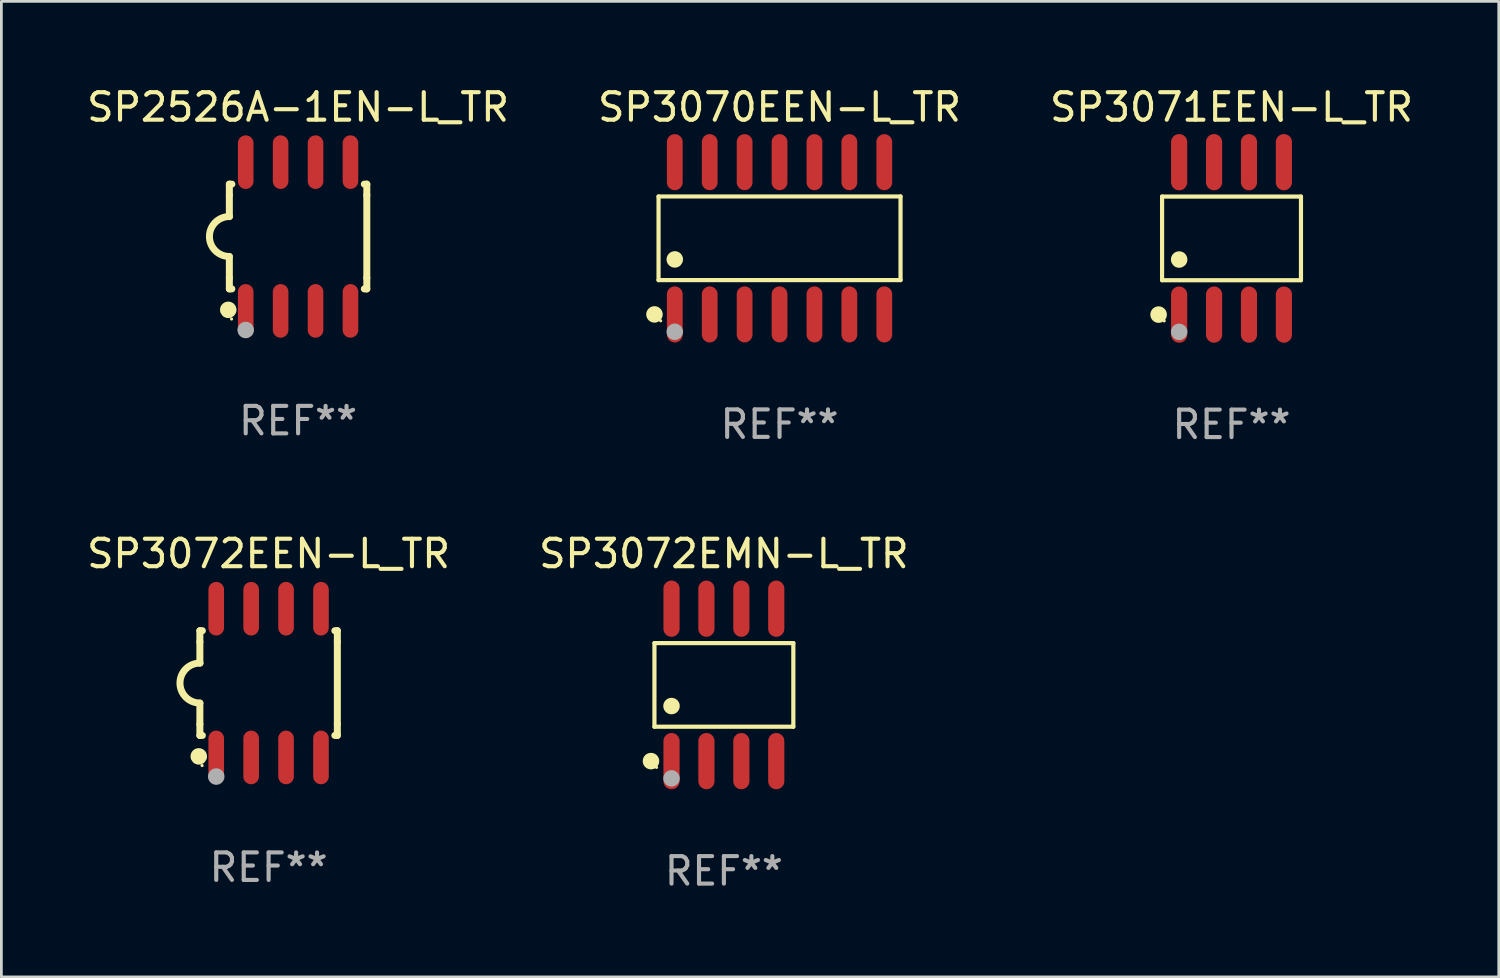
<source format=kicad_pcb>
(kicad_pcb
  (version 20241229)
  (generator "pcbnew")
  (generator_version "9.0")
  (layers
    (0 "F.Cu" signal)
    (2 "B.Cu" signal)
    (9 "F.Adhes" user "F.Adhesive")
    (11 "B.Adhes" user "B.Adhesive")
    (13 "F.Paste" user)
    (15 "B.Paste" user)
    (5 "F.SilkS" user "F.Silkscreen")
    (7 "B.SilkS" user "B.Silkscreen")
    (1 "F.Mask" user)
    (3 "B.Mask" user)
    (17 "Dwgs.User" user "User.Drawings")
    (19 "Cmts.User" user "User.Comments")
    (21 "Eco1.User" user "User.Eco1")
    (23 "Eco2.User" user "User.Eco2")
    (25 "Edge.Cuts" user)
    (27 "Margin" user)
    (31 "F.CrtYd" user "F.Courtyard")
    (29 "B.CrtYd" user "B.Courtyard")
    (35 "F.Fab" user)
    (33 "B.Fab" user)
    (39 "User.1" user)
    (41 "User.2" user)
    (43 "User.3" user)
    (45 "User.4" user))
  (footprint "SP2526A-1EN-L_TR"
    (layer "F.Cu")
    (at 7.792 5.553)
    (property "Reference" "SP2526A-1EN-L_TR" (at 0 -4.705 0) (layer "F.SilkS") (effects (font (size 1 1) (thickness 0.15))))
    (attr through_hole)
    (fp_line (start -2.5 -1.905) (end -2.409 -1.905) (stroke (width 0.254) (type solid)) (layer "F.SilkS"))
    (fp_line (start -2.5 -1.5) (end -2.5 -1.905) (stroke (width 0.254) (type solid)) (layer "F.SilkS"))
    (fp_line (start -2.5 -1.5) (end -2.5 -0.726) (stroke (width 0.254) (type solid)) (layer "F.SilkS"))
    (fp_line (start -2.5 1.5) (end -2.5 0.727) (stroke (width 0.254) (type solid)) (layer "F.SilkS"))
    (fp_line (start -2.5 1.5) (end -2.5 1.905) (stroke (width 0.254) (type solid)) (layer "F.SilkS"))
    (fp_line (start -2.5 1.905) (end -2.409 1.905) (stroke (width 0.254) (type solid)) (layer "F.SilkS"))
    (fp_line (start 2.5 -1.905) (end 2.409 -1.905) (stroke (width 0.254) (type solid)) (layer "F.SilkS"))
    (fp_line (start 2.5 -1.5) (end 2.5 -1.905) (stroke (width 0.254) (type solid)) (layer "F.SilkS"))
    (fp_line (start 2.5 -1.5) (end 2.5 1.5) (stroke (width 0.254) (type solid)) (layer "F.SilkS"))
    (fp_line (start 2.5 1.5) (end 2.5 1.905) (stroke (width 0.254) (type solid)) (layer "F.SilkS"))
    (fp_line (start 2.5 1.905) (end 2.409 1.905) (stroke (width 0.254) (type solid)) (layer "F.SilkS"))
    (fp_arc (start -2.5 0.726568) (mid -3.220316 -0.0023) (end -2.495097 -0.726289) (stroke (width 0.254001) (type solid)) (layer "F.SilkS"))
    (fp_circle (center -2.54 2.667) (end -2.39 2.667) (stroke (width 0.3) (type solid)) (fill no) (layer "F.SilkS"))
    (fp_circle (center -2.42 3) (end -2.39 3) (stroke (width 0.06) (type solid)) (fill no) (layer "F.SilkS"))
    (fp_circle (center -1.905 3.4) (end -1.755 3.4) (stroke (width 0.3) (type solid)) (fill no) (layer "F.Fab"))
    (fp_text user "REF**" (at 0 6.705 0) (layer "F.Fab") (effects (font (size 1 1) (thickness 0.15))))
    (pad "1" smd oval (at -1.905 2.705) (size 0.568 1.95) (layers "F.Cu" "F.Mask" "F.Paste"))
    (pad "2" smd oval (at -0.635 2.705) (size 0.568 1.95) (layers "F.Cu" "F.Mask" "F.Paste"))
    (pad "3" smd oval (at 0.635 2.705) (size 0.568 1.95) (layers "F.Cu" "F.Mask" "F.Paste"))
    (pad "4" smd oval (at 1.905 2.705) (size 0.568 1.95) (layers "F.Cu" "F.Mask" "F.Paste"))
    (pad "5" smd oval (at 1.905 -2.705) (size 0.568 1.95) (layers "F.Cu" "F.Mask" "F.Paste"))
    (pad "6" smd oval (at 0.635 -2.705) (size 0.568 1.95) (layers "F.Cu" "F.Mask" "F.Paste"))
    (pad "7" smd oval (at -0.635 -2.705) (size 0.568 1.95) (layers "F.Cu" "F.Mask" "F.Paste"))
    (pad "8" smd oval (at -1.905 -2.705) (size 0.568 1.95) (layers "F.Cu" "F.Mask" "F.Paste")))
  (footprint "SP3071EEN-L_TR"
    (layer "F.Cu")
    (at 41.744 5.621)
    (property "Reference" "SP3071EEN-L_TR" (at 0 -4.772 0) (layer "F.SilkS") (effects (font (size 1 1) (thickness 0.15))))
    (attr through_hole)
    (fp_line (start -2.526 -1.521) (end 2.526 -1.521) (stroke (width 0.152) (type solid)) (layer "F.SilkS"))
    (fp_line (start -2.526 1.521) (end -2.526 -1.521) (stroke (width 0.152) (type solid)) (layer "F.SilkS"))
    (fp_line (start 2.526 -1.521) (end 2.526 1.521) (stroke (width 0.152) (type solid)) (layer "F.SilkS"))
    (fp_line (start 2.526 1.521) (end -2.526 1.521) (stroke (width 0.152) (type solid)) (layer "F.SilkS"))
    (fp_circle (center -2.652 2.772) (end -2.501 2.772) (stroke (width 0.3) (type solid)) (fill no) (layer "F.SilkS"))
    (fp_circle (center -2.45 3) (end -2.42 3) (stroke (width 0.06) (type solid)) (fill no) (layer "F.SilkS"))
    (fp_circle (center -1.905 0.769) (end -1.755 0.769) (stroke (width 0.3) (type solid)) (fill no) (layer "F.SilkS"))
    (fp_circle (center -1.905 3.4) (end -1.755 3.4) (stroke (width 0.3) (type solid)) (fill no) (layer "F.Fab"))
    (fp_text user "REF**" (at 0 6.772 0) (layer "F.Fab") (effects (font (size 1 1) (thickness 0.15))))
    (pad "1" smd oval (at -1.905 2.772) (size 0.588 2.045) (layers "F.Cu" "F.Mask" "F.Paste"))
    (pad "2" smd oval (at -0.635 2.772) (size 0.588 2.045) (layers "F.Cu" "F.Mask" "F.Paste"))
    (pad "3" smd oval (at 0.635 2.772) (size 0.588 2.045) (layers "F.Cu" "F.Mask" "F.Paste"))
    (pad "4" smd oval (at 1.905 2.772) (size 0.588 2.045) (layers "F.Cu" "F.Mask" "F.Paste"))
    (pad "5" smd oval (at 1.905 -2.772) (size 0.588 2.045) (layers "F.Cu" "F.Mask" "F.Paste"))
    (pad "6" smd oval (at 0.635 -2.772) (size 0.588 2.045) (layers "F.Cu" "F.Mask" "F.Paste"))
    (pad "7" smd oval (at -0.635 -2.772) (size 0.588 2.045) (layers "F.Cu" "F.Mask" "F.Paste"))
    (pad "8" smd oval (at -1.905 -2.772) (size 0.588 2.045) (layers "F.Cu" "F.Mask" "F.Paste")))
  (footprint "SP3070EEN-L_TR"
    (layer "F.Cu")
    (at 25.304 5.617)
    (property "Reference" "SP3070EEN-L_TR" (at 0 -4.769 0) (layer "F.SilkS") (effects (font (size 1 1) (thickness 0.15))))
    (attr through_hole)
    (fp_line (start -4.401 -1.521) (end 4.401 -1.521) (stroke (width 0.152) (type solid)) (layer "F.SilkS"))
    (fp_line (start -4.401 1.521) (end -4.401 -1.521) (stroke (width 0.152) (type solid)) (layer "F.SilkS"))
    (fp_line (start 4.401 -1.521) (end 4.401 1.521) (stroke (width 0.152) (type solid)) (layer "F.SilkS"))
    (fp_line (start 4.401 1.521) (end -4.401 1.521) (stroke (width 0.152) (type solid)) (layer "F.SilkS"))
    (fp_circle (center -4.549 2.769) (end -4.399 2.769) (stroke (width 0.3) (type solid)) (fill no) (layer "F.SilkS"))
    (fp_circle (center -4.325 3) (end -4.295 3) (stroke (width 0.06) (type solid)) (fill no) (layer "F.SilkS"))
    (fp_circle (center -3.81 0.769) (end -3.66 0.769) (stroke (width 0.3) (type solid)) (fill no) (layer "F.SilkS"))
    (fp_circle (center -3.81 3.4) (end -3.66 3.4) (stroke (width 0.3) (type solid)) (fill no) (layer "F.Fab"))
    (fp_text user "REF**" (at 0 6.769 0) (layer "F.Fab") (effects (font (size 1 1) (thickness 0.15))))
    (pad "1" smd oval (at -3.81 2.769) (size 0.574 2.038) (layers "F.Cu" "F.Mask" "F.Paste"))
    (pad "2" smd oval (at -2.54 2.769) (size 0.574 2.038) (layers "F.Cu" "F.Mask" "F.Paste"))
    (pad "3" smd oval (at -1.27 2.769) (size 0.574 2.038) (layers "F.Cu" "F.Mask" "F.Paste"))
    (pad "4" smd oval (at 0 2.769) (size 0.574 2.038) (layers "F.Cu" "F.Mask" "F.Paste"))
    (pad "5" smd oval (at 1.27 2.769) (size 0.574 2.038) (layers "F.Cu" "F.Mask" "F.Paste"))
    (pad "6" smd oval (at 2.54 2.769) (size 0.574 2.038) (layers "F.Cu" "F.Mask" "F.Paste"))
    (pad "7" smd oval (at 3.81 2.769) (size 0.574 2.038) (layers "F.Cu" "F.Mask" "F.Paste"))
    (pad "8" smd oval (at 3.81 -2.769) (size 0.574 2.038) (layers "F.Cu" "F.Mask" "F.Paste"))
    (pad "9" smd oval (at 2.54 -2.769) (size 0.574 2.038) (layers "F.Cu" "F.Mask" "F.Paste"))
    (pad "10" smd oval (at 1.27 -2.769) (size 0.574 2.038) (layers "F.Cu" "F.Mask" "F.Paste"))
    (pad "11" smd oval (at 0 -2.769) (size 0.574 2.038) (layers "F.Cu" "F.Mask" "F.Paste"))
    (pad "12" smd oval (at -1.27 -2.769) (size 0.574 2.038) (layers "F.Cu" "F.Mask" "F.Paste"))
    (pad "13" smd oval (at -2.54 -2.769) (size 0.574 2.038) (layers "F.Cu" "F.Mask" "F.Paste"))
    (pad "14" smd oval (at -3.81 -2.769) (size 0.574 2.038) (layers "F.Cu" "F.Mask" "F.Paste")))
  (footprint "SP3072EEN-L_TR"
    (layer "F.Cu")
    (at 6.72 21.795)
    (property "Reference" "SP3072EEN-L_TR" (at 0 -4.705 0) (layer "F.SilkS") (effects (font (size 1 1) (thickness 0.15))))
    (attr through_hole)
    (fp_line (start -2.5 -1.905) (end -2.409 -1.905) (stroke (width 0.254) (type solid)) (layer "F.SilkS"))
    (fp_line (start -2.5 -1.5) (end -2.5 -1.905) (stroke (width 0.254) (type solid)) (layer "F.SilkS"))
    (fp_line (start -2.5 -1.5) (end -2.5 -0.726) (stroke (width 0.254) (type solid)) (layer "F.SilkS"))
    (fp_line (start -2.5 1.5) (end -2.5 0.727) (stroke (width 0.254) (type solid)) (layer "F.SilkS"))
    (fp_line (start -2.5 1.5) (end -2.5 1.905) (stroke (width 0.254) (type solid)) (layer "F.SilkS"))
    (fp_line (start -2.5 1.905) (end -2.409 1.905) (stroke (width 0.254) (type solid)) (layer "F.SilkS"))
    (fp_line (start 2.5 -1.905) (end 2.409 -1.905) (stroke (width 0.254) (type solid)) (layer "F.SilkS"))
    (fp_line (start 2.5 -1.5) (end 2.5 -1.905) (stroke (width 0.254) (type solid)) (layer "F.SilkS"))
    (fp_line (start 2.5 -1.5) (end 2.5 1.5) (stroke (width 0.254) (type solid)) (layer "F.SilkS"))
    (fp_line (start 2.5 1.5) (end 2.5 1.905) (stroke (width 0.254) (type solid)) (layer "F.SilkS"))
    (fp_line (start 2.5 1.905) (end 2.409 1.905) (stroke (width 0.254) (type solid)) (layer "F.SilkS"))
    (fp_arc (start -2.5 0.726568) (mid -3.220316 -0.0023) (end -2.495097 -0.726289) (stroke (width 0.254001) (type solid)) (layer "F.SilkS"))
    (fp_circle (center -2.54 2.667) (end -2.39 2.667) (stroke (width 0.3) (type solid)) (fill no) (layer "F.SilkS"))
    (fp_circle (center -2.42 3) (end -2.39 3) (stroke (width 0.06) (type solid)) (fill no) (layer "F.SilkS"))
    (fp_circle (center -1.905 3.4) (end -1.755 3.4) (stroke (width 0.3) (type solid)) (fill no) (layer "F.Fab"))
    (fp_text user "REF**" (at 0 6.705 0) (layer "F.Fab") (effects (font (size 1 1) (thickness 0.15))))
    (pad "1" smd oval (at -1.905 2.705) (size 0.568 1.95) (layers "F.Cu" "F.Mask" "F.Paste"))
    (pad "2" smd oval (at -0.635 2.705) (size 0.568 1.95) (layers "F.Cu" "F.Mask" "F.Paste"))
    (pad "3" smd oval (at 0.635 2.705) (size 0.568 1.95) (layers "F.Cu" "F.Mask" "F.Paste"))
    (pad "4" smd oval (at 1.905 2.705) (size 0.568 1.95) (layers "F.Cu" "F.Mask" "F.Paste"))
    (pad "5" smd oval (at 1.905 -2.705) (size 0.568 1.95) (layers "F.Cu" "F.Mask" "F.Paste"))
    (pad "6" smd oval (at 0.635 -2.705) (size 0.568 1.95) (layers "F.Cu" "F.Mask" "F.Paste"))
    (pad "7" smd oval (at -0.635 -2.705) (size 0.568 1.95) (layers "F.Cu" "F.Mask" "F.Paste"))
    (pad "8" smd oval (at -1.905 -2.705) (size 0.568 1.95) (layers "F.Cu" "F.Mask" "F.Paste")))
  (footprint "SP3072EMN-L_TR"
    (layer "F.Cu")
    (at 23.28 21.862)
    (property "Reference" "SP3072EMN-L_TR" (at 0 -4.772 0) (layer "F.SilkS") (effects (font (size 1 1) (thickness 0.15))))
    (attr through_hole)
    (fp_line (start -2.526 -1.521) (end 2.526 -1.521) (stroke (width 0.152) (type solid)) (layer "F.SilkS"))
    (fp_line (start -2.526 1.521) (end -2.526 -1.521) (stroke (width 0.152) (type solid)) (layer "F.SilkS"))
    (fp_line (start 2.526 -1.521) (end 2.526 1.521) (stroke (width 0.152) (type solid)) (layer "F.SilkS"))
    (fp_line (start 2.526 1.521) (end -2.526 1.521) (stroke (width 0.152) (type solid)) (layer "F.SilkS"))
    (fp_circle (center -2.652 2.772) (end -2.501 2.772) (stroke (width 0.3) (type solid)) (fill no) (layer "F.SilkS"))
    (fp_circle (center -2.45 3) (end -2.42 3) (stroke (width 0.06) (type solid)) (fill no) (layer "F.SilkS"))
    (fp_circle (center -1.905 0.769) (end -1.755 0.769) (stroke (width 0.3) (type solid)) (fill no) (layer "F.SilkS"))
    (fp_circle (center -1.905 3.4) (end -1.755 3.4) (stroke (width 0.3) (type solid)) (fill no) (layer "F.Fab"))
    (fp_text user "REF**" (at 0 6.772 0) (layer "F.Fab") (effects (font (size 1 1) (thickness 0.15))))
    (pad "1" smd oval (at -1.905 2.772) (size 0.588 2.045) (layers "F.Cu" "F.Mask" "F.Paste"))
    (pad "2" smd oval (at -0.635 2.772) (size 0.588 2.045) (layers "F.Cu" "F.Mask" "F.Paste"))
    (pad "3" smd oval (at 0.635 2.772) (size 0.588 2.045) (layers "F.Cu" "F.Mask" "F.Paste"))
    (pad "4" smd oval (at 1.905 2.772) (size 0.588 2.045) (layers "F.Cu" "F.Mask" "F.Paste"))
    (pad "5" smd oval (at 1.905 -2.772) (size 0.588 2.045) (layers "F.Cu" "F.Mask" "F.Paste"))
    (pad "6" smd oval (at 0.635 -2.772) (size 0.588 2.045) (layers "F.Cu" "F.Mask" "F.Paste"))
    (pad "7" smd oval (at -0.635 -2.772) (size 0.588 2.045) (layers "F.Cu" "F.Mask" "F.Paste"))
    (pad "8" smd oval (at -1.905 -2.772) (size 0.588 2.045) (layers "F.Cu" "F.Mask" "F.Paste")))
  (gr_rect
    (start -3 -3)
    (end 51.464 32.483)
    (stroke (width 0.1) (type default))
    (fill no)
    (layer "Edge.Cuts")))
</source>
